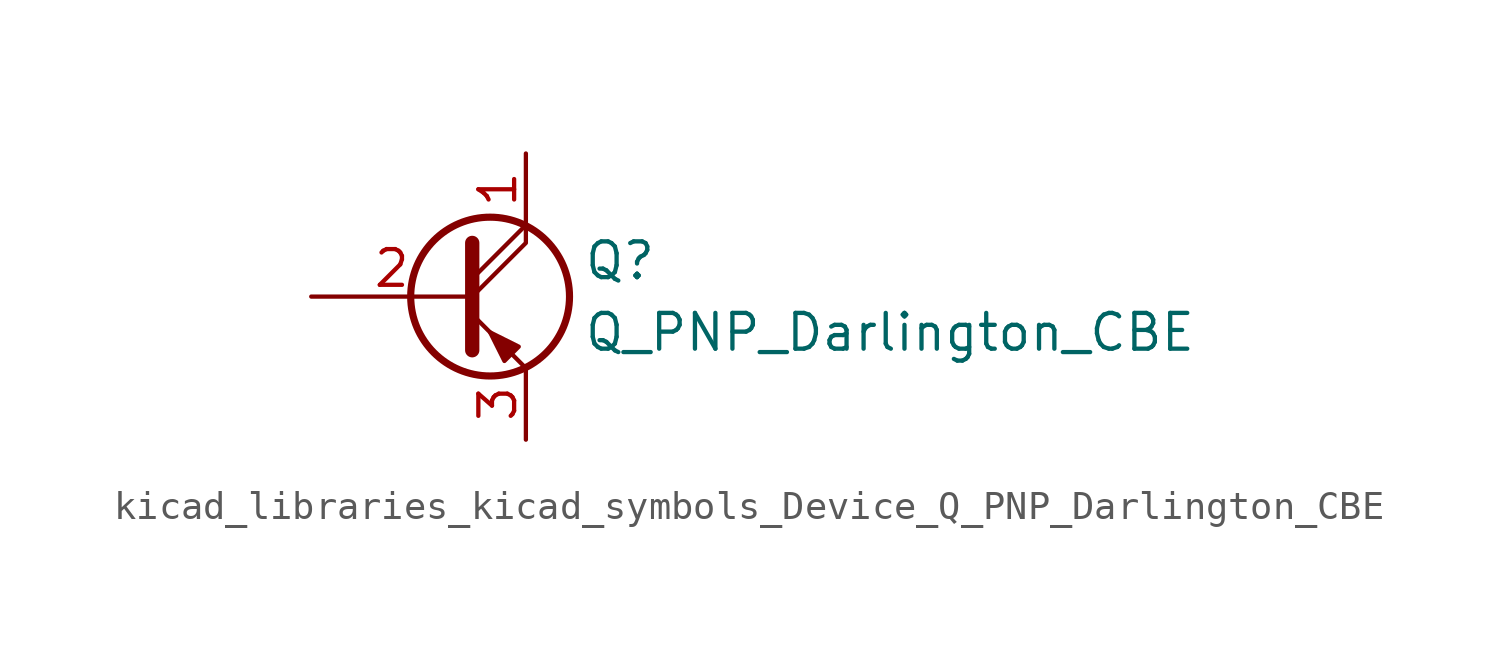
<source format=kicad_sym>
(kicad_symbol_lib
  (version 20220914)
  (generator kicad_symbol_editor)
  (symbol "kicad_libraries_kicad_symbols_Device_Q_PNP_Darlington_CBE"
    (pin_names
      (offset 0) hide)
    (property "Reference" "Q"
      (at 4.572 1.27 0)
      (effects (font (size 1.27 1.27)) (justify left)))
    (property "Value" "Q_PNP_Darlington_CBE"
      (at 4.572 -1.27 0)
      (effects (font (size 1.27 1.27)) (justify left)))
    (symbol "kicad_libraries_kicad_symbols_Device_Q_PNP_Darlington_CBE_0_1"
      (polyline (pts (xy 0.635 0.635) (xy 2.54 2.54)) (stroke (width 0) (type default)) (fill (type none)))
      (polyline (pts (xy 0.635 -0.635) (xy 2.54 -2.54) (xy 2.54 -2.54)) (stroke (width 0) (type default)) (fill (type none)))
      (polyline (pts (xy 0.635 0) (xy 2.54 1.905) (xy 2.54 2.54)) (stroke (width 0) (type default)) (fill (type none)))
      (polyline (pts (xy 0.635 1.905) (xy 0.635 -1.905) (xy 0.635 -1.905)) (stroke (width 0.508) (type default)) (fill (type none)))
      (polyline (pts (xy 2.286 -1.778) (xy 1.778 -2.286) (xy 1.27 -1.27) (xy 2.286 -1.778) (xy 2.286 -1.778)) (stroke (width 0) (type default)) (fill (type outline)))
      (circle (center 1.27 0) (radius 2.819) (stroke (width 0.254) (type default)) (fill (type none))))
    (symbol "kicad_libraries_kicad_symbols_Device_Q_PNP_Darlington_CBE_1_1"
      (pin passive line (at 2.54 5.08 270) (length 2.54) (name "C" (effects (font (size 1.27 1.27)))) (number "1" (effects (font (size 1.27 1.27)))))
      (pin input line (at -5.08 0 0) (length 5.715) (name "B" (effects (font (size 1.27 1.27)))) (number "2" (effects (font (size 1.27 1.27)))))
      (pin passive line (at 2.54 -5.08 90) (length 2.54) (name "E" (effects (font (size 1.27 1.27)))) (number "3" (effects (font (size 1.27 1.27))))))))
</source>
